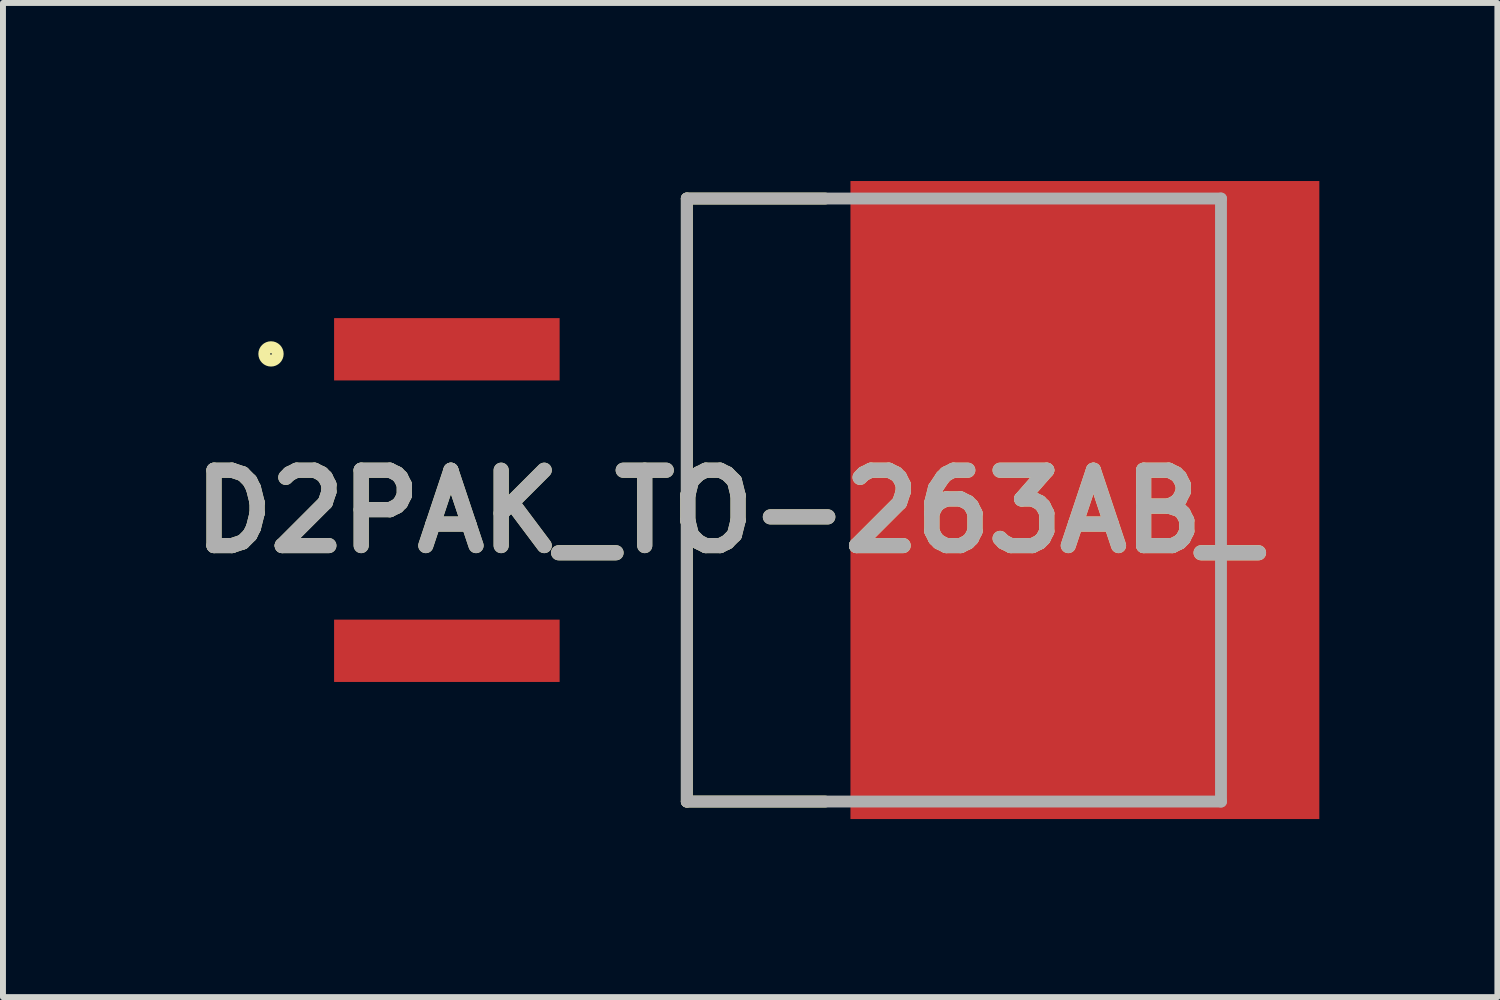
<source format=kicad_pcb>
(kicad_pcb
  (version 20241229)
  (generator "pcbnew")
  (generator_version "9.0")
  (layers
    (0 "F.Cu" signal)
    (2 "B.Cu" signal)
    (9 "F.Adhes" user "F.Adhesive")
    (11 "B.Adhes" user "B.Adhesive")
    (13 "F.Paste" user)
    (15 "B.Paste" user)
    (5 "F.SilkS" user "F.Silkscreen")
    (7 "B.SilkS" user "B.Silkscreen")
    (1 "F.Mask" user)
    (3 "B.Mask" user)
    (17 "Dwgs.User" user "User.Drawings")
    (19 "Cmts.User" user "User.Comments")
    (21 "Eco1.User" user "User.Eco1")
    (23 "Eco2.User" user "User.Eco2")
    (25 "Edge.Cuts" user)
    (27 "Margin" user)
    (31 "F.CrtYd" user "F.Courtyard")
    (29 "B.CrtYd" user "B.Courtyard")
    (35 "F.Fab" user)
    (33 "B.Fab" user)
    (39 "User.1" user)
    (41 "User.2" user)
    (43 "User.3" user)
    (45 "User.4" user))
  (footprint "D2PAK_TO-263AB_"
    (layer "F.Cu")
    (at 17.522 5.375)
    (property "Reference" "D2PAK_TO-263AB_" (at -8.318 0.193 0) (layer "F.SilkS") (effects (font (size 1.27 1.27) (thickness 0.254))))
    (attr smd)
    (fp_line (start -9 -5.08) (end -9 5.08) (stroke (width 0.2) (type solid)) (layer "F.SilkS"))
    (fp_line (start -9 -5.08) (end -6.669 -5.08) (stroke (width 0.2) (type solid)) (layer "F.SilkS"))
    (fp_line (start -9 5.08) (end -6.669 5.08) (stroke (width 0.2) (type solid)) (layer "F.SilkS"))
    (fp_circle (center -16.006 -2.462) (end -16.006 -2.349) (stroke (width 0.2) (type solid)) (fill no) (layer "F.SilkS"))
    (fp_line (start -9 -5.08) (end 0 -5.08) (stroke (width 0.2) (type solid)) (layer "F.Fab"))
    (fp_line (start -9 5.08) (end -9 -5.08) (stroke (width 0.2) (type solid)) (layer "F.Fab"))
    (fp_line (start 0 -5.08) (end 0 5.08) (stroke (width 0.2) (type solid)) (layer "F.Fab"))
    (fp_line (start 0 5.08) (end -9 5.08) (stroke (width 0.2) (type solid)) (layer "F.Fab"))
    (fp_text user "${REFERENCE}" (at -8.318 0.193 0) (layer "F.Fab") (effects (font (size 1.27 1.27) (thickness 0.254))))
    (pad "1" smd rect (at -13.043 -2.54 90) (size 1.05 3.8) (layers "F.Cu" "F.Mask" "F.Paste"))
    (pad "2" smd rect (at -13.043 2.54 90) (size 1.05 3.8) (layers "F.Cu" "F.Mask" "F.Paste"))
    (pad "3" smd rect (at -2.293 0) (size 7.9 10.75) (layers "F.Cu" "F.Mask" "F.Paste")))
  (gr_rect
    (start -3 -3)
    (end 22.179 13.75)
    (stroke (width 0.1) (type default))
    (fill no)
    (layer "Edge.Cuts")))
</source>
